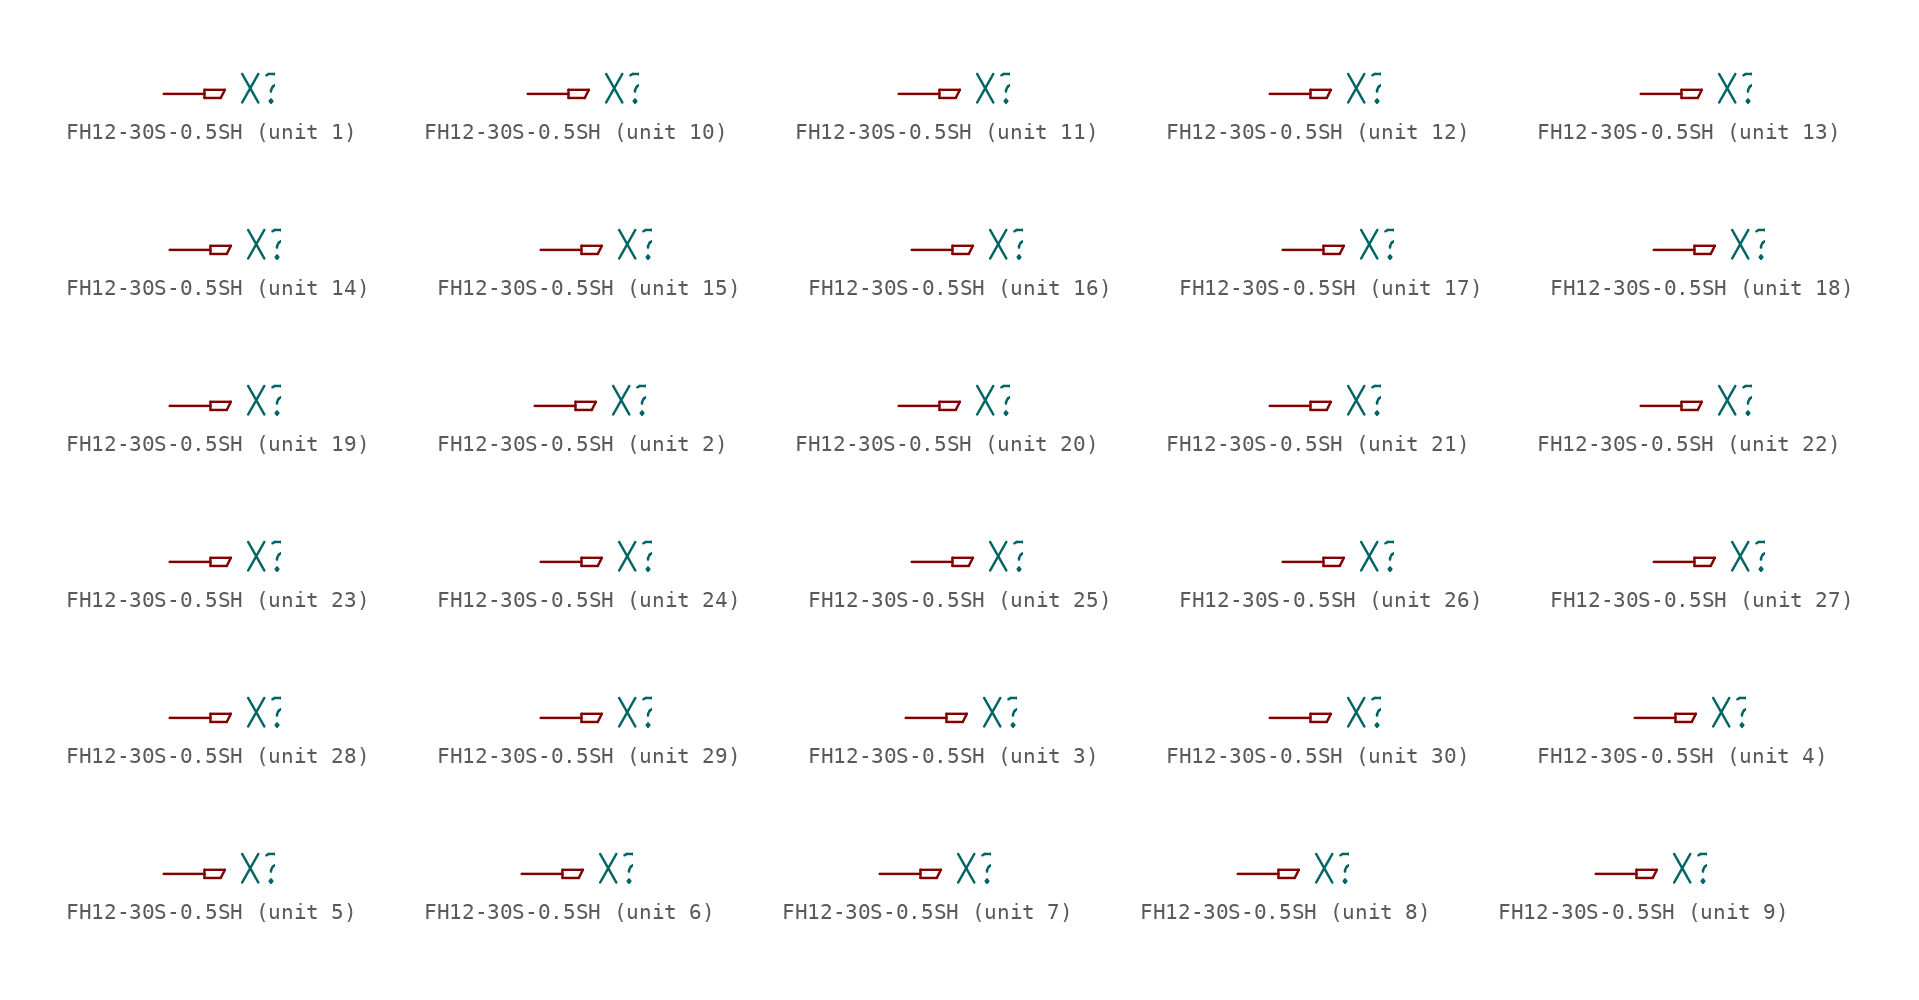
<source format=kicad_sym>
(kicad_symbol_lib
  (version 20211014)
  (generator kicad_symbol_editor)
  (symbol "FH12-30S-0.5SH"
    (property "Reference" "X"
      (at 2.032 -0.762 0)
      (effects (font (size 1.778 1.511)) (justify left bottom)))
    (property "ki_locked" ""
      (at 0 0 0)
      (effects (font (size 1.27 1.27))))
    (symbol "FH12-30S-0.5SH_1_0"
      (polyline (pts (xy 0 -0.254) (xy 1.016 -0.254)) (stroke (width 0.152) (type default) (color 0 0 0 0)) (fill (type none)))
      (polyline (pts (xy 0 0.254) (xy 0 -0.254)) (stroke (width 0.152) (type default) (color 0 0 0 0)) (fill (type none)))
      (polyline (pts (xy 1.016 -0.254) (xy 1.27 0.254)) (stroke (width 0.152) (type default) (color 0 0 0 0)) (fill (type none)))
      (polyline (pts (xy 1.27 0.254) (xy 0 0.254)) (stroke (width 0.152) (type default) (color 0 0 0 0)) (fill (type none)))
      (pin passive line (at -2.54 0 0) (length 2.54) (name "1" (effects (font (size 0 0)))) (number "1" (effects (font (size 0 0))))))
    (symbol "FH12-30S-0.5SH_2_0"
      (polyline (pts (xy 0 -0.254) (xy 1.016 -0.254)) (stroke (width 0.152) (type default) (color 0 0 0 0)) (fill (type none)))
      (polyline (pts (xy 0 0.254) (xy 0 -0.254)) (stroke (width 0.152) (type default) (color 0 0 0 0)) (fill (type none)))
      (polyline (pts (xy 1.016 -0.254) (xy 1.27 0.254)) (stroke (width 0.152) (type default) (color 0 0 0 0)) (fill (type none)))
      (polyline (pts (xy 1.27 0.254) (xy 0 0.254)) (stroke (width 0.152) (type default) (color 0 0 0 0)) (fill (type none)))
      (pin passive line (at -2.54 0 0) (length 2.54) (name "1" (effects (font (size 0 0)))) (number "2" (effects (font (size 0 0))))))
    (symbol "FH12-30S-0.5SH_3_0"
      (polyline (pts (xy 0 -0.254) (xy 1.016 -0.254)) (stroke (width 0.152) (type default) (color 0 0 0 0)) (fill (type none)))
      (polyline (pts (xy 0 0.254) (xy 0 -0.254)) (stroke (width 0.152) (type default) (color 0 0 0 0)) (fill (type none)))
      (polyline (pts (xy 1.016 -0.254) (xy 1.27 0.254)) (stroke (width 0.152) (type default) (color 0 0 0 0)) (fill (type none)))
      (polyline (pts (xy 1.27 0.254) (xy 0 0.254)) (stroke (width 0.152) (type default) (color 0 0 0 0)) (fill (type none)))
      (pin passive line (at -2.54 0 0) (length 2.54) (name "1" (effects (font (size 0 0)))) (number "3" (effects (font (size 0 0))))))
    (symbol "FH12-30S-0.5SH_4_0"
      (polyline (pts (xy 0 -0.254) (xy 1.016 -0.254)) (stroke (width 0.152) (type default) (color 0 0 0 0)) (fill (type none)))
      (polyline (pts (xy 0 0.254) (xy 0 -0.254)) (stroke (width 0.152) (type default) (color 0 0 0 0)) (fill (type none)))
      (polyline (pts (xy 1.016 -0.254) (xy 1.27 0.254)) (stroke (width 0.152) (type default) (color 0 0 0 0)) (fill (type none)))
      (polyline (pts (xy 1.27 0.254) (xy 0 0.254)) (stroke (width 0.152) (type default) (color 0 0 0 0)) (fill (type none)))
      (pin passive line (at -2.54 0 0) (length 2.54) (name "1" (effects (font (size 0 0)))) (number "4" (effects (font (size 0 0))))))
    (symbol "FH12-30S-0.5SH_5_0"
      (polyline (pts (xy 0 -0.254) (xy 1.016 -0.254)) (stroke (width 0.152) (type default) (color 0 0 0 0)) (fill (type none)))
      (polyline (pts (xy 0 0.254) (xy 0 -0.254)) (stroke (width 0.152) (type default) (color 0 0 0 0)) (fill (type none)))
      (polyline (pts (xy 1.016 -0.254) (xy 1.27 0.254)) (stroke (width 0.152) (type default) (color 0 0 0 0)) (fill (type none)))
      (polyline (pts (xy 1.27 0.254) (xy 0 0.254)) (stroke (width 0.152) (type default) (color 0 0 0 0)) (fill (type none)))
      (pin passive line (at -2.54 0 0) (length 2.54) (name "1" (effects (font (size 0 0)))) (number "5" (effects (font (size 0 0))))))
    (symbol "FH12-30S-0.5SH_6_0"
      (polyline (pts (xy 0 -0.254) (xy 1.016 -0.254)) (stroke (width 0.152) (type default) (color 0 0 0 0)) (fill (type none)))
      (polyline (pts (xy 0 0.254) (xy 0 -0.254)) (stroke (width 0.152) (type default) (color 0 0 0 0)) (fill (type none)))
      (polyline (pts (xy 1.016 -0.254) (xy 1.27 0.254)) (stroke (width 0.152) (type default) (color 0 0 0 0)) (fill (type none)))
      (polyline (pts (xy 1.27 0.254) (xy 0 0.254)) (stroke (width 0.152) (type default) (color 0 0 0 0)) (fill (type none)))
      (pin passive line (at -2.54 0 0) (length 2.54) (name "1" (effects (font (size 0 0)))) (number "6" (effects (font (size 0 0))))))
    (symbol "FH12-30S-0.5SH_7_0"
      (polyline (pts (xy 0 -0.254) (xy 1.016 -0.254)) (stroke (width 0.152) (type default) (color 0 0 0 0)) (fill (type none)))
      (polyline (pts (xy 0 0.254) (xy 0 -0.254)) (stroke (width 0.152) (type default) (color 0 0 0 0)) (fill (type none)))
      (polyline (pts (xy 1.016 -0.254) (xy 1.27 0.254)) (stroke (width 0.152) (type default) (color 0 0 0 0)) (fill (type none)))
      (polyline (pts (xy 1.27 0.254) (xy 0 0.254)) (stroke (width 0.152) (type default) (color 0 0 0 0)) (fill (type none)))
      (pin passive line (at -2.54 0 0) (length 2.54) (name "1" (effects (font (size 0 0)))) (number "7" (effects (font (size 0 0))))))
    (symbol "FH12-30S-0.5SH_8_0"
      (polyline (pts (xy 0 -0.254) (xy 1.016 -0.254)) (stroke (width 0.152) (type default) (color 0 0 0 0)) (fill (type none)))
      (polyline (pts (xy 0 0.254) (xy 0 -0.254)) (stroke (width 0.152) (type default) (color 0 0 0 0)) (fill (type none)))
      (polyline (pts (xy 1.016 -0.254) (xy 1.27 0.254)) (stroke (width 0.152) (type default) (color 0 0 0 0)) (fill (type none)))
      (polyline (pts (xy 1.27 0.254) (xy 0 0.254)) (stroke (width 0.152) (type default) (color 0 0 0 0)) (fill (type none)))
      (pin passive line (at -2.54 0 0) (length 2.54) (name "1" (effects (font (size 0 0)))) (number "8" (effects (font (size 0 0))))))
    (symbol "FH12-30S-0.5SH_9_0"
      (polyline (pts (xy 0 -0.254) (xy 1.016 -0.254)) (stroke (width 0.152) (type default) (color 0 0 0 0)) (fill (type none)))
      (polyline (pts (xy 0 0.254) (xy 0 -0.254)) (stroke (width 0.152) (type default) (color 0 0 0 0)) (fill (type none)))
      (polyline (pts (xy 1.016 -0.254) (xy 1.27 0.254)) (stroke (width 0.152) (type default) (color 0 0 0 0)) (fill (type none)))
      (polyline (pts (xy 1.27 0.254) (xy 0 0.254)) (stroke (width 0.152) (type default) (color 0 0 0 0)) (fill (type none)))
      (pin passive line (at -2.54 0 0) (length 2.54) (name "1" (effects (font (size 0 0)))) (number "9" (effects (font (size 0 0))))))
    (symbol "FH12-30S-0.5SH_10_0"
      (polyline (pts (xy 0 -0.254) (xy 1.016 -0.254)) (stroke (width 0.152) (type default) (color 0 0 0 0)) (fill (type none)))
      (polyline (pts (xy 0 0.254) (xy 0 -0.254)) (stroke (width 0.152) (type default) (color 0 0 0 0)) (fill (type none)))
      (polyline (pts (xy 1.016 -0.254) (xy 1.27 0.254)) (stroke (width 0.152) (type default) (color 0 0 0 0)) (fill (type none)))
      (polyline (pts (xy 1.27 0.254) (xy 0 0.254)) (stroke (width 0.152) (type default) (color 0 0 0 0)) (fill (type none)))
      (pin passive line (at -2.54 0 0) (length 2.54) (name "1" (effects (font (size 0 0)))) (number "10" (effects (font (size 0 0))))))
    (symbol "FH12-30S-0.5SH_11_0"
      (polyline (pts (xy 0 -0.254) (xy 1.016 -0.254)) (stroke (width 0.152) (type default) (color 0 0 0 0)) (fill (type none)))
      (polyline (pts (xy 0 0.254) (xy 0 -0.254)) (stroke (width 0.152) (type default) (color 0 0 0 0)) (fill (type none)))
      (polyline (pts (xy 1.016 -0.254) (xy 1.27 0.254)) (stroke (width 0.152) (type default) (color 0 0 0 0)) (fill (type none)))
      (polyline (pts (xy 1.27 0.254) (xy 0 0.254)) (stroke (width 0.152) (type default) (color 0 0 0 0)) (fill (type none)))
      (pin passive line (at -2.54 0 0) (length 2.54) (name "1" (effects (font (size 0 0)))) (number "11" (effects (font (size 0 0))))))
    (symbol "FH12-30S-0.5SH_12_0"
      (polyline (pts (xy 0 -0.254) (xy 1.016 -0.254)) (stroke (width 0.152) (type default) (color 0 0 0 0)) (fill (type none)))
      (polyline (pts (xy 0 0.254) (xy 0 -0.254)) (stroke (width 0.152) (type default) (color 0 0 0 0)) (fill (type none)))
      (polyline (pts (xy 1.016 -0.254) (xy 1.27 0.254)) (stroke (width 0.152) (type default) (color 0 0 0 0)) (fill (type none)))
      (polyline (pts (xy 1.27 0.254) (xy 0 0.254)) (stroke (width 0.152) (type default) (color 0 0 0 0)) (fill (type none)))
      (pin passive line (at -2.54 0 0) (length 2.54) (name "1" (effects (font (size 0 0)))) (number "12" (effects (font (size 0 0))))))
    (symbol "FH12-30S-0.5SH_13_0"
      (polyline (pts (xy 0 -0.254) (xy 1.016 -0.254)) (stroke (width 0.152) (type default) (color 0 0 0 0)) (fill (type none)))
      (polyline (pts (xy 0 0.254) (xy 0 -0.254)) (stroke (width 0.152) (type default) (color 0 0 0 0)) (fill (type none)))
      (polyline (pts (xy 1.016 -0.254) (xy 1.27 0.254)) (stroke (width 0.152) (type default) (color 0 0 0 0)) (fill (type none)))
      (polyline (pts (xy 1.27 0.254) (xy 0 0.254)) (stroke (width 0.152) (type default) (color 0 0 0 0)) (fill (type none)))
      (pin passive line (at -2.54 0 0) (length 2.54) (name "1" (effects (font (size 0 0)))) (number "13" (effects (font (size 0 0))))))
    (symbol "FH12-30S-0.5SH_14_0"
      (polyline (pts (xy 0 -0.254) (xy 1.016 -0.254)) (stroke (width 0.152) (type default) (color 0 0 0 0)) (fill (type none)))
      (polyline (pts (xy 0 0.254) (xy 0 -0.254)) (stroke (width 0.152) (type default) (color 0 0 0 0)) (fill (type none)))
      (polyline (pts (xy 1.016 -0.254) (xy 1.27 0.254)) (stroke (width 0.152) (type default) (color 0 0 0 0)) (fill (type none)))
      (polyline (pts (xy 1.27 0.254) (xy 0 0.254)) (stroke (width 0.152) (type default) (color 0 0 0 0)) (fill (type none)))
      (pin passive line (at -2.54 0 0) (length 2.54) (name "1" (effects (font (size 0 0)))) (number "14" (effects (font (size 0 0))))))
    (symbol "FH12-30S-0.5SH_15_0"
      (polyline (pts (xy 0 -0.254) (xy 1.016 -0.254)) (stroke (width 0.152) (type default) (color 0 0 0 0)) (fill (type none)))
      (polyline (pts (xy 0 0.254) (xy 0 -0.254)) (stroke (width 0.152) (type default) (color 0 0 0 0)) (fill (type none)))
      (polyline (pts (xy 1.016 -0.254) (xy 1.27 0.254)) (stroke (width 0.152) (type default) (color 0 0 0 0)) (fill (type none)))
      (polyline (pts (xy 1.27 0.254) (xy 0 0.254)) (stroke (width 0.152) (type default) (color 0 0 0 0)) (fill (type none)))
      (pin passive line (at -2.54 0 0) (length 2.54) (name "1" (effects (font (size 0 0)))) (number "15" (effects (font (size 0 0))))))
    (symbol "FH12-30S-0.5SH_16_0"
      (polyline (pts (xy 0 -0.254) (xy 1.016 -0.254)) (stroke (width 0.152) (type default) (color 0 0 0 0)) (fill (type none)))
      (polyline (pts (xy 0 0.254) (xy 0 -0.254)) (stroke (width 0.152) (type default) (color 0 0 0 0)) (fill (type none)))
      (polyline (pts (xy 1.016 -0.254) (xy 1.27 0.254)) (stroke (width 0.152) (type default) (color 0 0 0 0)) (fill (type none)))
      (polyline (pts (xy 1.27 0.254) (xy 0 0.254)) (stroke (width 0.152) (type default) (color 0 0 0 0)) (fill (type none)))
      (pin passive line (at -2.54 0 0) (length 2.54) (name "1" (effects (font (size 0 0)))) (number "16" (effects (font (size 0 0))))))
    (symbol "FH12-30S-0.5SH_17_0"
      (polyline (pts (xy 0 -0.254) (xy 1.016 -0.254)) (stroke (width 0.152) (type default) (color 0 0 0 0)) (fill (type none)))
      (polyline (pts (xy 0 0.254) (xy 0 -0.254)) (stroke (width 0.152) (type default) (color 0 0 0 0)) (fill (type none)))
      (polyline (pts (xy 1.016 -0.254) (xy 1.27 0.254)) (stroke (width 0.152) (type default) (color 0 0 0 0)) (fill (type none)))
      (polyline (pts (xy 1.27 0.254) (xy 0 0.254)) (stroke (width 0.152) (type default) (color 0 0 0 0)) (fill (type none)))
      (pin passive line (at -2.54 0 0) (length 2.54) (name "1" (effects (font (size 0 0)))) (number "17" (effects (font (size 0 0))))))
    (symbol "FH12-30S-0.5SH_18_0"
      (polyline (pts (xy 0 -0.254) (xy 1.016 -0.254)) (stroke (width 0.152) (type default) (color 0 0 0 0)) (fill (type none)))
      (polyline (pts (xy 0 0.254) (xy 0 -0.254)) (stroke (width 0.152) (type default) (color 0 0 0 0)) (fill (type none)))
      (polyline (pts (xy 1.016 -0.254) (xy 1.27 0.254)) (stroke (width 0.152) (type default) (color 0 0 0 0)) (fill (type none)))
      (polyline (pts (xy 1.27 0.254) (xy 0 0.254)) (stroke (width 0.152) (type default) (color 0 0 0 0)) (fill (type none)))
      (pin passive line (at -2.54 0 0) (length 2.54) (name "1" (effects (font (size 0 0)))) (number "18" (effects (font (size 0 0))))))
    (symbol "FH12-30S-0.5SH_19_0"
      (polyline (pts (xy 0 -0.254) (xy 1.016 -0.254)) (stroke (width 0.152) (type default) (color 0 0 0 0)) (fill (type none)))
      (polyline (pts (xy 0 0.254) (xy 0 -0.254)) (stroke (width 0.152) (type default) (color 0 0 0 0)) (fill (type none)))
      (polyline (pts (xy 1.016 -0.254) (xy 1.27 0.254)) (stroke (width 0.152) (type default) (color 0 0 0 0)) (fill (type none)))
      (polyline (pts (xy 1.27 0.254) (xy 0 0.254)) (stroke (width 0.152) (type default) (color 0 0 0 0)) (fill (type none)))
      (pin passive line (at -2.54 0 0) (length 2.54) (name "1" (effects (font (size 0 0)))) (number "19" (effects (font (size 0 0))))))
    (symbol "FH12-30S-0.5SH_20_0"
      (polyline (pts (xy 0 -0.254) (xy 1.016 -0.254)) (stroke (width 0.152) (type default) (color 0 0 0 0)) (fill (type none)))
      (polyline (pts (xy 0 0.254) (xy 0 -0.254)) (stroke (width 0.152) (type default) (color 0 0 0 0)) (fill (type none)))
      (polyline (pts (xy 1.016 -0.254) (xy 1.27 0.254)) (stroke (width 0.152) (type default) (color 0 0 0 0)) (fill (type none)))
      (polyline (pts (xy 1.27 0.254) (xy 0 0.254)) (stroke (width 0.152) (type default) (color 0 0 0 0)) (fill (type none)))
      (pin passive line (at -2.54 0 0) (length 2.54) (name "1" (effects (font (size 0 0)))) (number "20" (effects (font (size 0 0))))))
    (symbol "FH12-30S-0.5SH_21_0"
      (polyline (pts (xy 0 -0.254) (xy 1.016 -0.254)) (stroke (width 0.152) (type default) (color 0 0 0 0)) (fill (type none)))
      (polyline (pts (xy 0 0.254) (xy 0 -0.254)) (stroke (width 0.152) (type default) (color 0 0 0 0)) (fill (type none)))
      (polyline (pts (xy 1.016 -0.254) (xy 1.27 0.254)) (stroke (width 0.152) (type default) (color 0 0 0 0)) (fill (type none)))
      (polyline (pts (xy 1.27 0.254) (xy 0 0.254)) (stroke (width 0.152) (type default) (color 0 0 0 0)) (fill (type none)))
      (pin passive line (at -2.54 0 0) (length 2.54) (name "1" (effects (font (size 0 0)))) (number "21" (effects (font (size 0 0))))))
    (symbol "FH12-30S-0.5SH_22_0"
      (polyline (pts (xy 0 -0.254) (xy 1.016 -0.254)) (stroke (width 0.152) (type default) (color 0 0 0 0)) (fill (type none)))
      (polyline (pts (xy 0 0.254) (xy 0 -0.254)) (stroke (width 0.152) (type default) (color 0 0 0 0)) (fill (type none)))
      (polyline (pts (xy 1.016 -0.254) (xy 1.27 0.254)) (stroke (width 0.152) (type default) (color 0 0 0 0)) (fill (type none)))
      (polyline (pts (xy 1.27 0.254) (xy 0 0.254)) (stroke (width 0.152) (type default) (color 0 0 0 0)) (fill (type none)))
      (pin passive line (at -2.54 0 0) (length 2.54) (name "1" (effects (font (size 0 0)))) (number "22" (effects (font (size 0 0))))))
    (symbol "FH12-30S-0.5SH_23_0"
      (polyline (pts (xy 0 -0.254) (xy 1.016 -0.254)) (stroke (width 0.152) (type default) (color 0 0 0 0)) (fill (type none)))
      (polyline (pts (xy 0 0.254) (xy 0 -0.254)) (stroke (width 0.152) (type default) (color 0 0 0 0)) (fill (type none)))
      (polyline (pts (xy 1.016 -0.254) (xy 1.27 0.254)) (stroke (width 0.152) (type default) (color 0 0 0 0)) (fill (type none)))
      (polyline (pts (xy 1.27 0.254) (xy 0 0.254)) (stroke (width 0.152) (type default) (color 0 0 0 0)) (fill (type none)))
      (pin passive line (at -2.54 0 0) (length 2.54) (name "1" (effects (font (size 0 0)))) (number "23" (effects (font (size 0 0))))))
    (symbol "FH12-30S-0.5SH_24_0"
      (polyline (pts (xy 0 -0.254) (xy 1.016 -0.254)) (stroke (width 0.152) (type default) (color 0 0 0 0)) (fill (type none)))
      (polyline (pts (xy 0 0.254) (xy 0 -0.254)) (stroke (width 0.152) (type default) (color 0 0 0 0)) (fill (type none)))
      (polyline (pts (xy 1.016 -0.254) (xy 1.27 0.254)) (stroke (width 0.152) (type default) (color 0 0 0 0)) (fill (type none)))
      (polyline (pts (xy 1.27 0.254) (xy 0 0.254)) (stroke (width 0.152) (type default) (color 0 0 0 0)) (fill (type none)))
      (pin passive line (at -2.54 0 0) (length 2.54) (name "1" (effects (font (size 0 0)))) (number "24" (effects (font (size 0 0))))))
    (symbol "FH12-30S-0.5SH_25_0"
      (polyline (pts (xy 0 -0.254) (xy 1.016 -0.254)) (stroke (width 0.152) (type default) (color 0 0 0 0)) (fill (type none)))
      (polyline (pts (xy 0 0.254) (xy 0 -0.254)) (stroke (width 0.152) (type default) (color 0 0 0 0)) (fill (type none)))
      (polyline (pts (xy 1.016 -0.254) (xy 1.27 0.254)) (stroke (width 0.152) (type default) (color 0 0 0 0)) (fill (type none)))
      (polyline (pts (xy 1.27 0.254) (xy 0 0.254)) (stroke (width 0.152) (type default) (color 0 0 0 0)) (fill (type none)))
      (pin passive line (at -2.54 0 0) (length 2.54) (name "1" (effects (font (size 0 0)))) (number "25" (effects (font (size 0 0))))))
    (symbol "FH12-30S-0.5SH_26_0"
      (polyline (pts (xy 0 -0.254) (xy 1.016 -0.254)) (stroke (width 0.152) (type default) (color 0 0 0 0)) (fill (type none)))
      (polyline (pts (xy 0 0.254) (xy 0 -0.254)) (stroke (width 0.152) (type default) (color 0 0 0 0)) (fill (type none)))
      (polyline (pts (xy 1.016 -0.254) (xy 1.27 0.254)) (stroke (width 0.152) (type default) (color 0 0 0 0)) (fill (type none)))
      (polyline (pts (xy 1.27 0.254) (xy 0 0.254)) (stroke (width 0.152) (type default) (color 0 0 0 0)) (fill (type none)))
      (pin passive line (at -2.54 0 0) (length 2.54) (name "1" (effects (font (size 0 0)))) (number "26" (effects (font (size 0 0))))))
    (symbol "FH12-30S-0.5SH_27_0"
      (polyline (pts (xy 0 -0.254) (xy 1.016 -0.254)) (stroke (width 0.152) (type default) (color 0 0 0 0)) (fill (type none)))
      (polyline (pts (xy 0 0.254) (xy 0 -0.254)) (stroke (width 0.152) (type default) (color 0 0 0 0)) (fill (type none)))
      (polyline (pts (xy 1.016 -0.254) (xy 1.27 0.254)) (stroke (width 0.152) (type default) (color 0 0 0 0)) (fill (type none)))
      (polyline (pts (xy 1.27 0.254) (xy 0 0.254)) (stroke (width 0.152) (type default) (color 0 0 0 0)) (fill (type none)))
      (pin passive line (at -2.54 0 0) (length 2.54) (name "1" (effects (font (size 0 0)))) (number "27" (effects (font (size 0 0))))))
    (symbol "FH12-30S-0.5SH_28_0"
      (polyline (pts (xy 0 -0.254) (xy 1.016 -0.254)) (stroke (width 0.152) (type default) (color 0 0 0 0)) (fill (type none)))
      (polyline (pts (xy 0 0.254) (xy 0 -0.254)) (stroke (width 0.152) (type default) (color 0 0 0 0)) (fill (type none)))
      (polyline (pts (xy 1.016 -0.254) (xy 1.27 0.254)) (stroke (width 0.152) (type default) (color 0 0 0 0)) (fill (type none)))
      (polyline (pts (xy 1.27 0.254) (xy 0 0.254)) (stroke (width 0.152) (type default) (color 0 0 0 0)) (fill (type none)))
      (pin passive line (at -2.54 0 0) (length 2.54) (name "1" (effects (font (size 0 0)))) (number "28" (effects (font (size 0 0))))))
    (symbol "FH12-30S-0.5SH_29_0"
      (polyline (pts (xy 0 -0.254) (xy 1.016 -0.254)) (stroke (width 0.152) (type default) (color 0 0 0 0)) (fill (type none)))
      (polyline (pts (xy 0 0.254) (xy 0 -0.254)) (stroke (width 0.152) (type default) (color 0 0 0 0)) (fill (type none)))
      (polyline (pts (xy 1.016 -0.254) (xy 1.27 0.254)) (stroke (width 0.152) (type default) (color 0 0 0 0)) (fill (type none)))
      (polyline (pts (xy 1.27 0.254) (xy 0 0.254)) (stroke (width 0.152) (type default) (color 0 0 0 0)) (fill (type none)))
      (pin passive line (at -2.54 0 0) (length 2.54) (name "1" (effects (font (size 0 0)))) (number "29" (effects (font (size 0 0))))))
    (symbol "FH12-30S-0.5SH_30_0"
      (polyline (pts (xy 0 -0.254) (xy 1.016 -0.254)) (stroke (width 0.152) (type default) (color 0 0 0 0)) (fill (type none)))
      (polyline (pts (xy 0 0.254) (xy 0 -0.254)) (stroke (width 0.152) (type default) (color 0 0 0 0)) (fill (type none)))
      (polyline (pts (xy 1.016 -0.254) (xy 1.27 0.254)) (stroke (width 0.152) (type default) (color 0 0 0 0)) (fill (type none)))
      (polyline (pts (xy 1.27 0.254) (xy 0 0.254)) (stroke (width 0.152) (type default) (color 0 0 0 0)) (fill (type none)))
      (pin passive line (at -2.54 0 0) (length 2.54) (name "1" (effects (font (size 0 0)))) (number "30" (effects (font (size 0 0))))))))
</source>
